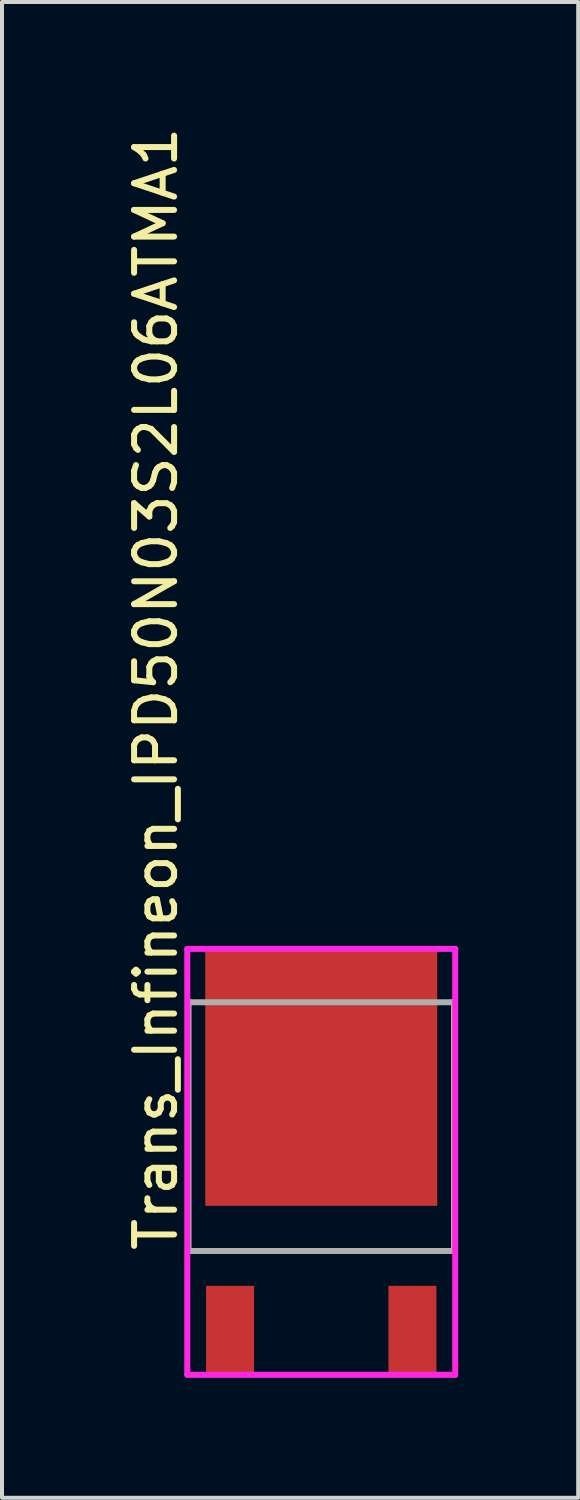
<source format=kicad_pcb>
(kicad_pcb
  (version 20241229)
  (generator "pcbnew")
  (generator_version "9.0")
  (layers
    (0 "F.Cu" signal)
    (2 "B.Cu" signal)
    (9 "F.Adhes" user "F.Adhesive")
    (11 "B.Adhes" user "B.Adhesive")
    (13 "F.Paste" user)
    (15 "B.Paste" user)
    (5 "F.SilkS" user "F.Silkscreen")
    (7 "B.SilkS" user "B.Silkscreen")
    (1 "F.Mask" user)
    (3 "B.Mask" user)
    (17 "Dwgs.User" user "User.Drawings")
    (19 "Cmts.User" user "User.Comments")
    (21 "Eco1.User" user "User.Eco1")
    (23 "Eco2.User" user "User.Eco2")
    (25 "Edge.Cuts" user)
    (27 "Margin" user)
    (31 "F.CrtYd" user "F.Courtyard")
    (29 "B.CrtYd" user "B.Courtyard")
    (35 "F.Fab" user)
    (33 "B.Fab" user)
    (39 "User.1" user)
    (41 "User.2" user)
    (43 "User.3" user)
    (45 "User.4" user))
  (footprint "Trans_Infineon_IPD50N03S2L06ATMA1"
    (layer "F.Cu")
    (at 4.983 25.123)
    (property "Reference" "Trans_Infineon_IPD50N03S2L06ATMA1" (at -4.135 3.175 90) (layer "F.SilkS") (effects (font (size 1 1) (thickness 0.15)) (justify left)))
    (attr through_hole)
    (fp_line (start -3.325 -3.11) (end -3.275 -3.11) (stroke (width 0.15) (type solid)) (layer "F.SilkS"))
    (fp_line (start -3.325 3.11) (end -3.325 -3.11) (stroke (width 0.15) (type solid)) (layer "F.SilkS"))
    (fp_line (start -3.325 3.11) (end 3.325 3.11) (stroke (width 0.15) (type solid)) (layer "F.SilkS"))
    (fp_line (start 3.275 -3.11) (end 3.325 -3.11) (stroke (width 0.15) (type solid)) (layer "F.SilkS"))
    (fp_line (start 3.325 3.11) (end 3.325 -3.11) (stroke (width 0.15) (type solid)) (layer "F.SilkS"))
    (fp_line (start -3.35 -4.445) (end -3.35 6.205) (stroke (width 0.15) (type solid)) (layer "F.CrtYd"))
    (fp_line (start -3.35 6.205) (end 3.35 6.205) (stroke (width 0.15) (type solid)) (layer "F.CrtYd"))
    (fp_line (start 3.35 -4.445) (end -3.35 -4.445) (stroke (width 0.15) (type solid)) (layer "F.CrtYd"))
    (fp_line (start 3.35 -4.445) (end 3.35 -4.445) (stroke (width 0.15) (type solid)) (layer "F.CrtYd"))
    (fp_line (start 3.35 6.205) (end 3.35 -4.445) (stroke (width 0.15) (type solid)) (layer "F.CrtYd"))
    (fp_line (start -3.325 -3.11) (end 3.325 -3.11) (stroke (width 0.15) (type solid)) (layer "F.Fab"))
    (fp_line (start -3.325 3.11) (end -3.325 -3.11) (stroke (width 0.15) (type solid)) (layer "F.Fab"))
    (fp_line (start 3.325 -3.11) (end 3.325 3.11) (stroke (width 0.15) (type solid)) (layer "F.Fab"))
    (fp_line (start 3.325 3.11) (end -3.325 3.11) (stroke (width 0.15) (type solid)) (layer "F.Fab"))
    (pad "1" smd rect (at -2.28 5.08) (size 1.2 2.2) (layers "F.Cu" "F.Mask" "F.Paste"))
    (pad "3" smd rect (at 2.28 5.08) (size 1.2 2.2) (layers "F.Cu" "F.Mask" "F.Paste"))
    (pad "4" smd rect (at 0 -1.22) (size 5.8 6.4) (layers "F.Cu" "F.Mask" "F.Paste")))
  (gr_rect
    (start -3 -3)
    (end 11.408 34.403)
    (stroke (width 0.1) (type default))
    (fill no)
    (layer "Edge.Cuts")))
</source>
